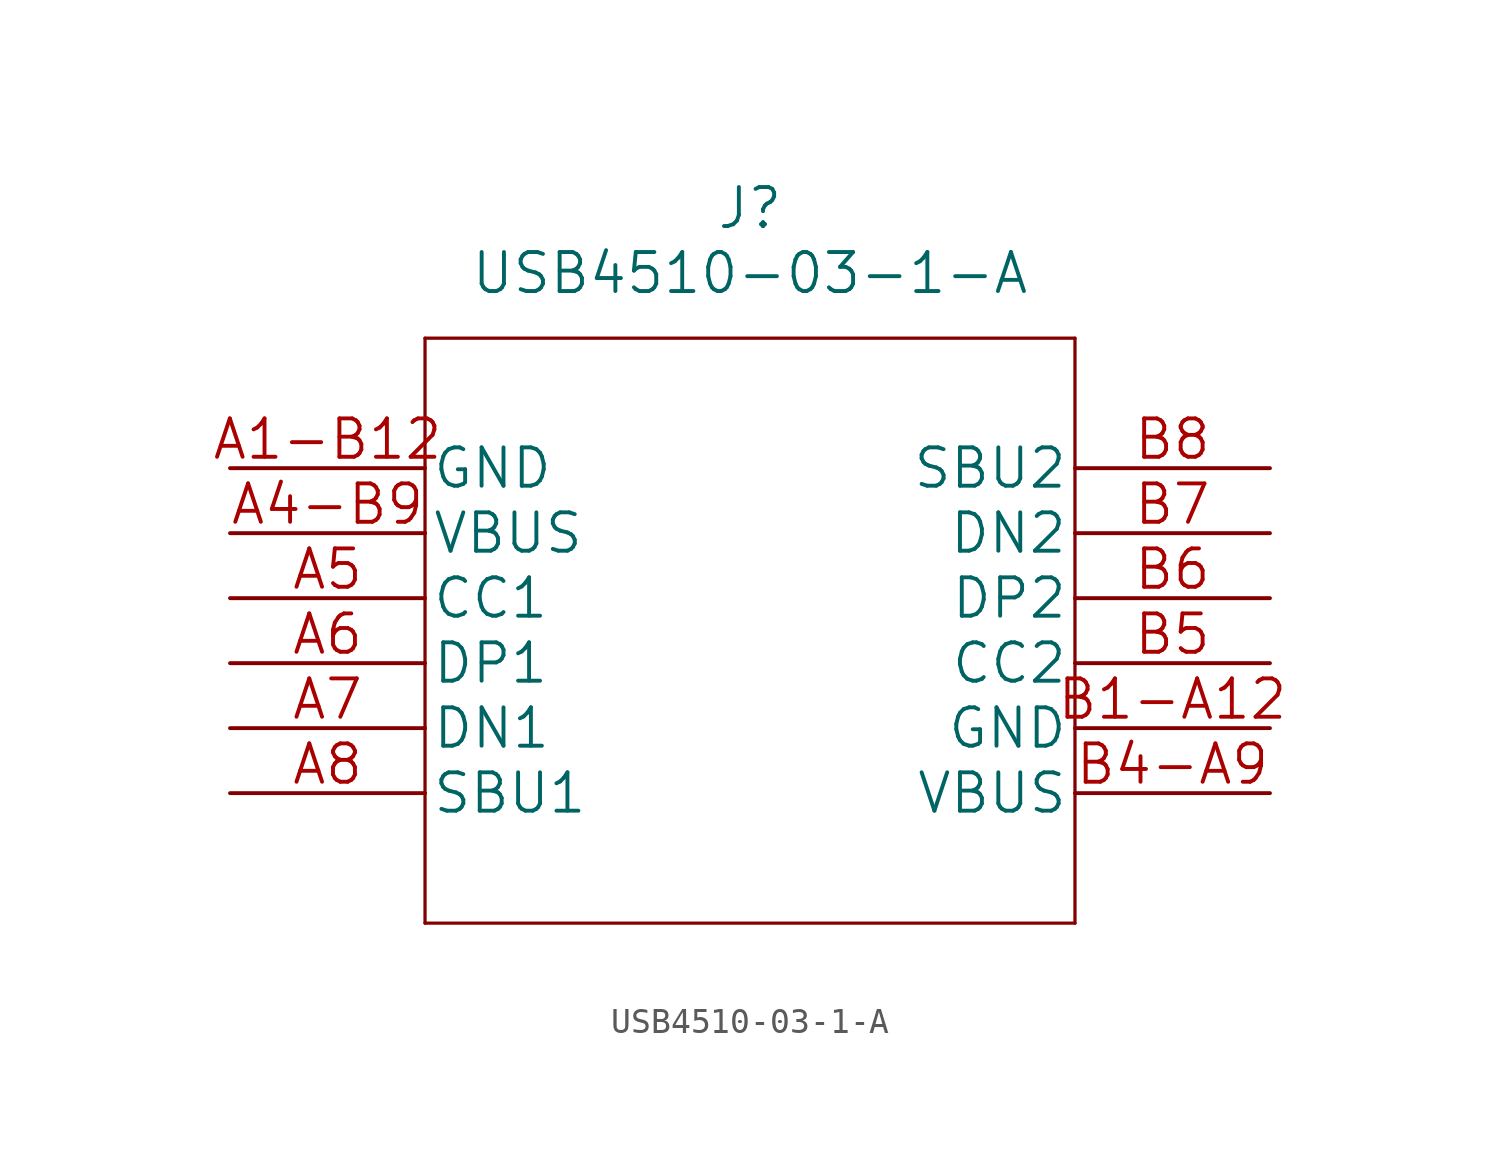
<source format=kicad_sym>
(kicad_symbol_lib
  (version 20211014)
  (generator kicad_symbol_editor)
  (symbol "USB4510-03-1-A"
    (pin_names
      (offset 0.254))
    (property "Reference" "J"
      (at 20.32 10.16 0)
      (effects (font (size 1.524 1.524))))
    (property "Value" "USB4510-03-1-A"
      (at 20.32 7.62 0)
      (effects (font (size 1.524 1.524))))
    (property "Datasheet" ""
      (at 0 0 0)
      (effects (font (size 1.524 1.524))))
    (property "ki_locked" ""
      (at 0 0 0)
      (effects (font (size 1.27 1.27))))
    (symbol "USB4510-03-1-A_1_1"
      (polyline (pts (xy 7.62 -17.78) (xy 33.02 -17.78)) (stroke (width 0.127) (type default) (color 0 0 0 0)) (fill (type none)))
      (polyline (pts (xy 7.62 5.08) (xy 7.62 -17.78)) (stroke (width 0.127) (type default) (color 0 0 0 0)) (fill (type none)))
      (polyline (pts (xy 33.02 -17.78) (xy 33.02 5.08)) (stroke (width 0.127) (type default) (color 0 0 0 0)) (fill (type none)))
      (polyline (pts (xy 33.02 5.08) (xy 7.62 5.08)) (stroke (width 0.127) (type default) (color 0 0 0 0)) (fill (type none)))
      (pin power_in line (at 0 0 0) (length 7.62) (name "GND" (effects (font (size 1.499 1.499)))) (number "A1-B12" (effects (font (size 1.499 1.499)))))
      (pin power_in line (at 0 -2.54 0) (length 7.62) (name "VBUS" (effects (font (size 1.499 1.499)))) (number "A4-B9" (effects (font (size 1.499 1.499)))))
      (pin bidirectional line (at 0 -5.08 0) (length 7.62) (name "CC1" (effects (font (size 1.499 1.499)))) (number "A5" (effects (font (size 1.499 1.499)))))
      (pin bidirectional line (at 0 -7.62 0) (length 7.62) (name "DP1" (effects (font (size 1.499 1.499)))) (number "A6" (effects (font (size 1.499 1.499)))))
      (pin bidirectional line (at 0 -10.16 0) (length 7.62) (name "DN1" (effects (font (size 1.499 1.499)))) (number "A7" (effects (font (size 1.499 1.499)))))
      (pin bidirectional line (at 0 -12.7 0) (length 7.62) (name "SBU1" (effects (font (size 1.499 1.499)))) (number "A8" (effects (font (size 1.499 1.499)))))
      (pin power_in line (at 40.64 -10.16 180) (length 7.62) (name "GND" (effects (font (size 1.499 1.499)))) (number "B1-A12" (effects (font (size 1.499 1.499)))))
      (pin power_in line (at 40.64 -12.7 180) (length 7.62) (name "VBUS" (effects (font (size 1.499 1.499)))) (number "B4-A9" (effects (font (size 1.499 1.499)))))
      (pin bidirectional line (at 40.64 -7.62 180) (length 7.62) (name "CC2" (effects (font (size 1.499 1.499)))) (number "B5" (effects (font (size 1.499 1.499)))))
      (pin bidirectional line (at 40.64 -5.08 180) (length 7.62) (name "DP2" (effects (font (size 1.499 1.499)))) (number "B6" (effects (font (size 1.499 1.499)))))
      (pin bidirectional line (at 40.64 -2.54 180) (length 7.62) (name "DN2" (effects (font (size 1.499 1.499)))) (number "B7" (effects (font (size 1.499 1.499)))))
      (pin bidirectional line (at 40.64 0 180) (length 7.62) (name "SBU2" (effects (font (size 1.499 1.499)))) (number "B8" (effects (font (size 1.499 1.499))))))))
</source>
